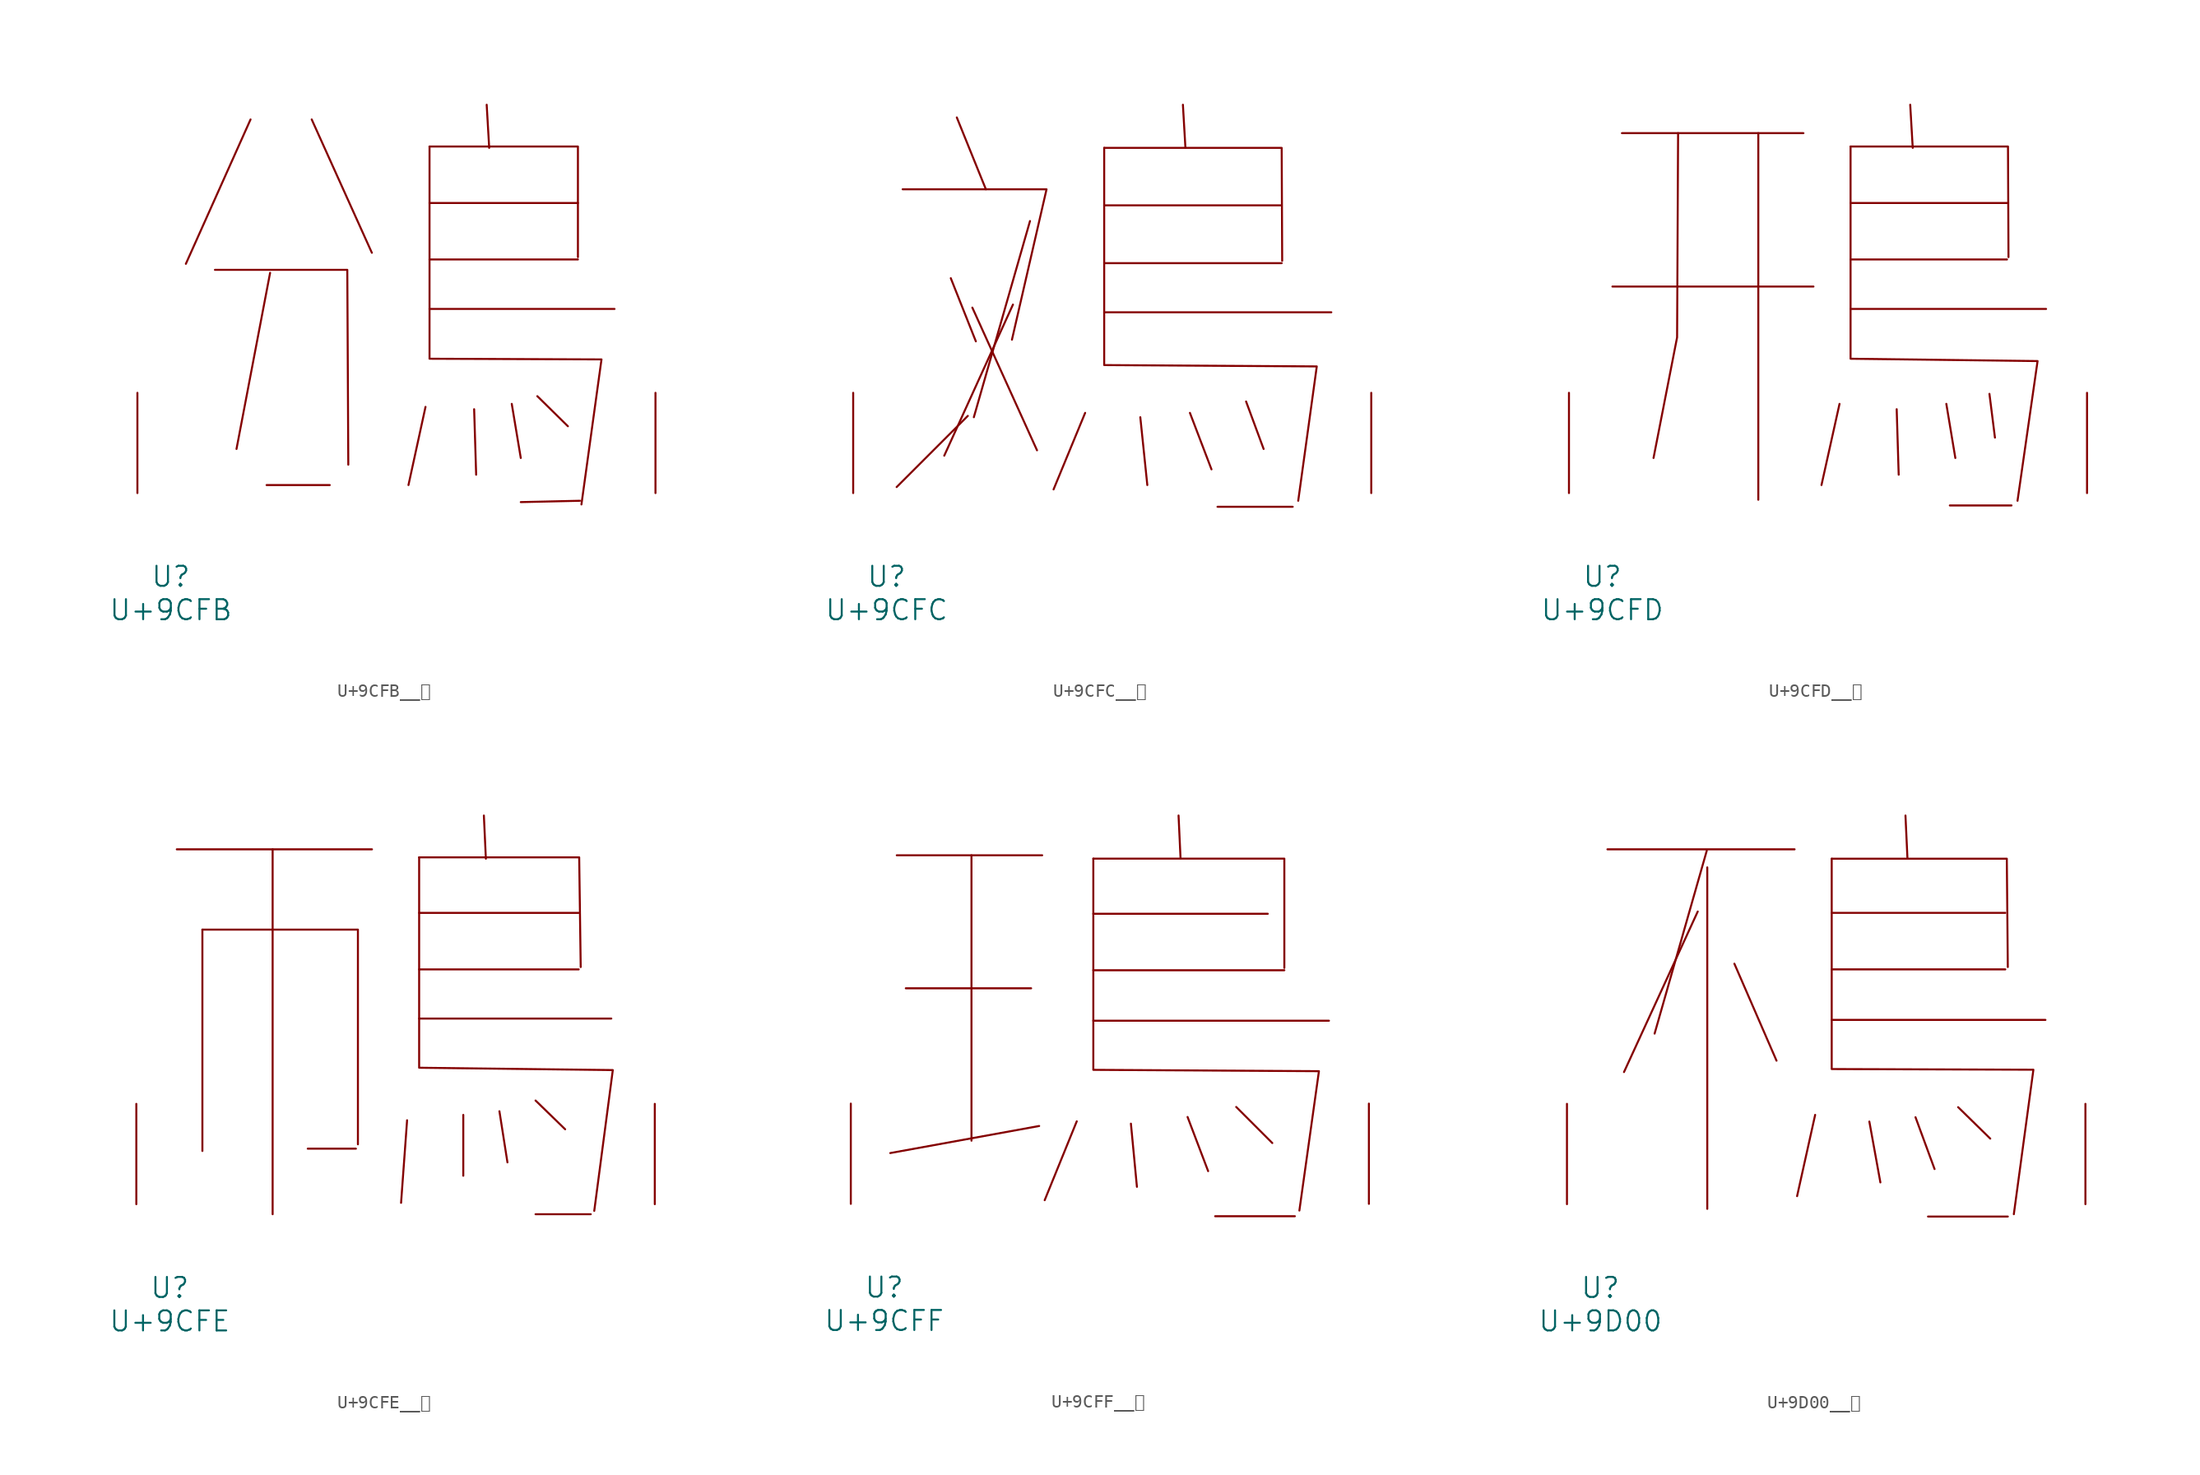
<source format=kicad_sym>
(kicad_symbol_lib
  (version 20231120)
  (generator "kicad_symbol_editor")
  (generator_version "8.0")
  (symbol "U+9CFB__鳻"
    (pin_names
      (offset 1.016))
    (property "Reference" "U"
      (at 0 -6.35 0)
      (effects (font (size 1.524 1.524))))
    (property "Value" "U+9CFB"
      (at 0 -8.89 0)
      (effects (font (size 1.524 1.524))))
    (symbol "U+9CFB__鳻_0_1"
      (polyline (pts (xy 6.058 28.397) (xy 1.143 17.424)) (stroke (width 0) (type solid)) (fill (type none)))
      (polyline (pts (xy 7.277 0.61) (xy 12.078 0.61)) (stroke (width 0) (type solid)) (fill (type none)))
      (polyline (pts (xy 7.544 16.739) (xy 4.991 3.353)) (stroke (width 0) (type solid)) (fill (type none)))
      (polyline (pts (xy 10.706 28.397) (xy 15.278 18.263)) (stroke (width 0) (type solid)) (fill (type none)))
      (polyline (pts (xy 19.355 6.553) (xy 18.059 0.61)) (stroke (width 0) (type solid)) (fill (type none)))
      (polyline (pts (xy 19.66 13.995) (xy 33.718 13.995)) (stroke (width 0) (type solid)) (fill (type none)))
      (polyline (pts (xy 19.66 17.755) (xy 30.937 17.755)) (stroke (width 0) (type solid)) (fill (type none)))
      (polyline (pts (xy 19.66 22.047) (xy 30.937 22.047)) (stroke (width 0) (type solid)) (fill (type none)))
      (polyline (pts (xy 23.05 6.375) (xy 23.203 1.397)) (stroke (width 0) (type solid)) (fill (type none)))
      (polyline (pts (xy 24.003 29.515) (xy 24.194 26.238)) (stroke (width 0) (type solid)) (fill (type none)))
      (polyline (pts (xy 25.908 6.782) (xy 26.594 2.667)) (stroke (width 0) (type solid)) (fill (type none)))
      (polyline (pts (xy 27.851 7.366) (xy 30.175 5.08)) (stroke (width 0) (type solid)) (fill (type none)))
      (polyline (pts (xy 31.09 -0.584) (xy 26.594 -0.686)) (stroke (width 0) (type solid)) (fill (type none)))
      (polyline (pts (xy 3.353 16.967) (xy 13.411 16.967) (xy 13.487 2.159)) (stroke (width 0) (type solid)) (fill (type none)))
      (polyline (pts (xy 19.66 26.34) (xy 30.937 26.34) (xy 30.937 17.932)) (stroke (width 0) (type solid)) (fill (type none)))
      (polyline (pts (xy 19.66 26.34) (xy 19.66 10.211) (xy 32.728 10.16) (xy 31.204 -0.864)) (stroke (width 0) (type solid)) (fill (type none)))
      (pin input line (at -2.54 0 90) (length 7.62) (name "~" (effects (font (size 1.27 1.27)))) (number "~" (effects (font (size 1.27 1.27)))))
      (pin input line (at 36.83 0 90) (length 7.62) (name "~" (effects (font (size 1.27 1.27)))) (number "~" (effects (font (size 1.27 1.27)))))))
  (symbol "U+9CFC__鳼"
    (pin_names
      (offset 1.016))
    (property "Reference" "U"
      (at 0 -6.35 0)
      (effects (font (size 1.524 1.524))))
    (property "Value" "U+9CFC"
      (at 0 -8.89 0)
      (effects (font (size 1.524 1.524))))
    (symbol "U+9CFC__鳼_0_1"
      (polyline (pts (xy 4.877 16.332) (xy 6.782 11.532)) (stroke (width 0) (type solid)) (fill (type none)))
      (polyline (pts (xy 5.334 28.55) (xy 7.544 23.089)) (stroke (width 0) (type solid)) (fill (type none)))
      (polyline (pts (xy 6.172 5.867) (xy 0.762 0.457)) (stroke (width 0) (type solid)) (fill (type none)))
      (polyline (pts (xy 6.515 14.097) (xy 11.43 3.251)) (stroke (width 0) (type solid)) (fill (type none)))
      (polyline (pts (xy 9.601 14.326) (xy 4.381 2.845)) (stroke (width 0) (type solid)) (fill (type none)))
      (polyline (pts (xy 10.897 20.676) (xy 6.629 5.766)) (stroke (width 0) (type solid)) (fill (type none)))
      (polyline (pts (xy 15.088 6.096) (xy 12.687 0.279)) (stroke (width 0) (type solid)) (fill (type none)))
      (polyline (pts (xy 16.535 13.741) (xy 33.795 13.741)) (stroke (width 0) (type solid)) (fill (type none)))
      (polyline (pts (xy 16.535 17.475) (xy 30.023 17.475)) (stroke (width 0) (type solid)) (fill (type none)))
      (polyline (pts (xy 16.535 21.869) (xy 30.023 21.869)) (stroke (width 0) (type solid)) (fill (type none)))
      (polyline (pts (xy 19.279 5.766) (xy 19.812 0.61)) (stroke (width 0) (type solid)) (fill (type none)))
      (polyline (pts (xy 22.517 29.515) (xy 22.708 26.238)) (stroke (width 0) (type solid)) (fill (type none)))
      (polyline (pts (xy 23.05 6.096) (xy 24.689 1.803)) (stroke (width 0) (type solid)) (fill (type none)))
      (polyline (pts (xy 25.146 -1.041) (xy 30.861 -1.041)) (stroke (width 0) (type solid)) (fill (type none)))
      (polyline (pts (xy 27.318 6.96) (xy 28.651 3.353)) (stroke (width 0) (type solid)) (fill (type none)))
      (polyline (pts (xy 1.219 23.089) (xy 12.154 23.089) (xy 9.525 11.659)) (stroke (width 0) (type solid)) (fill (type none)))
      (polyline (pts (xy 16.535 26.238) (xy 30.023 26.238) (xy 30.061 17.653)) (stroke (width 0) (type solid)) (fill (type none)))
      (polyline (pts (xy 16.535 26.238) (xy 16.535 9.728) (xy 32.69 9.627) (xy 31.28 -0.584)) (stroke (width 0) (type solid)) (fill (type none)))
      (pin input line (at -2.54 0 90) (length 7.62) (name "~" (effects (font (size 1.27 1.27)))) (number "~" (effects (font (size 1.27 1.27)))))
      (pin input line (at 36.83 0 90) (length 7.62) (name "~" (effects (font (size 1.27 1.27)))) (number "~" (effects (font (size 1.27 1.27)))))))
  (symbol "U+9CFD__鳽"
    (pin_names
      (offset 1.016))
    (property "Reference" "U"
      (at 0 -6.35 0)
      (effects (font (size 1.524 1.524))))
    (property "Value" "U+9CFD"
      (at 0 -8.89 0)
      (effects (font (size 1.524 1.524))))
    (symbol "U+9CFD__鳽_0_1"
      (polyline (pts (xy 0.762 15.697) (xy 16.04 15.697)) (stroke (width 0) (type solid)) (fill (type none)))
      (polyline (pts (xy 1.486 27.356) (xy 15.278 27.356)) (stroke (width 0) (type solid)) (fill (type none)))
      (polyline (pts (xy 11.849 27.356) (xy 11.849 -0.508)) (stroke (width 0) (type solid)) (fill (type none)))
      (polyline (pts (xy 18.021 6.782) (xy 16.65 0.61)) (stroke (width 0) (type solid)) (fill (type none)))
      (polyline (pts (xy 18.86 13.995) (xy 33.718 13.995)) (stroke (width 0) (type solid)) (fill (type none)))
      (polyline (pts (xy 18.86 17.755) (xy 30.747 17.755)) (stroke (width 0) (type solid)) (fill (type none)))
      (polyline (pts (xy 18.86 22.047) (xy 30.747 22.047)) (stroke (width 0) (type solid)) (fill (type none)))
      (polyline (pts (xy 22.365 6.375) (xy 22.517 1.397)) (stroke (width 0) (type solid)) (fill (type none)))
      (polyline (pts (xy 23.393 29.515) (xy 23.584 26.238)) (stroke (width 0) (type solid)) (fill (type none)))
      (polyline (pts (xy 26.137 6.782) (xy 26.822 2.667)) (stroke (width 0) (type solid)) (fill (type none)))
      (polyline (pts (xy 26.403 -0.94) (xy 31.09 -0.94)) (stroke (width 0) (type solid)) (fill (type none)))
      (polyline (pts (xy 29.413 7.544) (xy 29.832 4.216)) (stroke (width 0) (type solid)) (fill (type none)))
      (polyline (pts (xy 5.753 27.356) (xy 5.677 11.836) (xy 3.886 2.667)) (stroke (width 0) (type solid)) (fill (type none)))
      (polyline (pts (xy 18.86 26.34) (xy 30.823 26.34) (xy 30.861 17.932)) (stroke (width 0) (type solid)) (fill (type none)))
      (polyline (pts (xy 18.86 26.34) (xy 18.86 10.211) (xy 33.071 10.033) (xy 31.547 -0.584)) (stroke (width 0) (type solid)) (fill (type none)))
      (pin input line (at -2.54 0 90) (length 7.62) (name "~" (effects (font (size 1.27 1.27)))) (number "~" (effects (font (size 1.27 1.27)))))
      (pin input line (at 36.83 0 90) (length 7.62) (name "~" (effects (font (size 1.27 1.27)))) (number "~" (effects (font (size 1.27 1.27)))))))
  (symbol "U+9CFE__鳾"
    (pin_names
      (offset 1.016))
    (property "Reference" "U"
      (at 0 -6.35 0)
      (effects (font (size 1.524 1.524))))
    (property "Value" "U+9CFE"
      (at 0 -8.89 0)
      (effects (font (size 1.524 1.524))))
    (symbol "U+9CFE__鳾_0_1"
      (polyline (pts (xy 0.533 26.949) (xy 15.354 26.949)) (stroke (width 0) (type solid)) (fill (type none)))
      (polyline (pts (xy 2.477 20.853) (xy 2.477 4.039)) (stroke (width 0) (type solid)) (fill (type none)))
      (polyline (pts (xy 7.811 26.949) (xy 7.811 -0.762)) (stroke (width 0) (type solid)) (fill (type none)))
      (polyline (pts (xy 10.477 4.216) (xy 14.135 4.216)) (stroke (width 0) (type solid)) (fill (type none)))
      (polyline (pts (xy 18.021 6.375) (xy 17.564 0.102)) (stroke (width 0) (type solid)) (fill (type none)))
      (polyline (pts (xy 18.936 14.097) (xy 33.528 14.097)) (stroke (width 0) (type solid)) (fill (type none)))
      (polyline (pts (xy 18.936 17.831) (xy 31.052 17.831)) (stroke (width 0) (type solid)) (fill (type none)))
      (polyline (pts (xy 18.936 22.123) (xy 31.052 22.123)) (stroke (width 0) (type solid)) (fill (type none)))
      (polyline (pts (xy 22.288 6.782) (xy 22.288 2.159)) (stroke (width 0) (type solid)) (fill (type none)))
      (polyline (pts (xy 23.851 29.515) (xy 24.003 26.238)) (stroke (width 0) (type solid)) (fill (type none)))
      (polyline (pts (xy 25.032 7.061) (xy 25.641 3.175)) (stroke (width 0) (type solid)) (fill (type none)))
      (polyline (pts (xy 27.775 -0.762) (xy 31.966 -0.762)) (stroke (width 0) (type solid)) (fill (type none)))
      (polyline (pts (xy 27.775 7.874) (xy 30.023 5.69)) (stroke (width 0) (type solid)) (fill (type none)))
      (polyline (pts (xy 2.477 20.853) (xy 14.287 20.853) (xy 14.287 4.547)) (stroke (width 0) (type solid)) (fill (type none)))
      (polyline (pts (xy 18.936 26.34) (xy 31.09 26.34) (xy 31.204 18.009)) (stroke (width 0) (type solid)) (fill (type none)))
      (polyline (pts (xy 18.936 26.34) (xy 18.936 10.363) (xy 33.642 10.185) (xy 32.233 -0.508)) (stroke (width 0) (type solid)) (fill (type none)))
      (pin input line (at -2.54 0 90) (length 7.62) (name "~" (effects (font (size 1.27 1.27)))) (number "~" (effects (font (size 1.27 1.27)))))
      (pin input line (at 36.83 0 90) (length 7.62) (name "~" (effects (font (size 1.27 1.27)))) (number "~" (effects (font (size 1.27 1.27)))))))
  (symbol "U+9CFF__鳿"
    (pin_names
      (offset 1.016))
    (property "Reference" "U"
      (at 0 -6.35 0)
      (effects (font (size 1.524 1.524))))
    (property "Value" "U+9CFF"
      (at 0 -8.89 0)
      (effects (font (size 1.524 1.524))))
    (symbol "U+9CFF__鳿_0_1"
      (polyline (pts (xy 0.953 26.492) (xy 12.002 26.492)) (stroke (width 0) (type solid)) (fill (type none)))
      (polyline (pts (xy 1.638 16.383) (xy 11.163 16.383)) (stroke (width 0) (type solid)) (fill (type none)))
      (polyline (pts (xy 6.629 26.492) (xy 6.629 4.801)) (stroke (width 0) (type solid)) (fill (type none)))
      (polyline (pts (xy 11.773 5.918) (xy 0.457 3.861)) (stroke (width 0) (type solid)) (fill (type none)))
      (polyline (pts (xy 14.63 6.274) (xy 12.192 0.279)) (stroke (width 0) (type solid)) (fill (type none)))
      (polyline (pts (xy 15.888 13.919) (xy 33.795 13.919)) (stroke (width 0) (type solid)) (fill (type none)))
      (polyline (pts (xy 15.888 17.755) (xy 30.404 17.755)) (stroke (width 0) (type solid)) (fill (type none)))
      (polyline (pts (xy 15.888 22.047) (xy 29.146 22.047)) (stroke (width 0) (type solid)) (fill (type none)))
      (polyline (pts (xy 18.745 6.096) (xy 19.202 1.295)) (stroke (width 0) (type solid)) (fill (type none)))
      (polyline (pts (xy 22.365 29.515) (xy 22.517 26.238)) (stroke (width 0) (type solid)) (fill (type none)))
      (polyline (pts (xy 23.05 6.604) (xy 24.613 2.489)) (stroke (width 0) (type solid)) (fill (type none)))
      (polyline (pts (xy 25.146 -0.94) (xy 31.204 -0.94)) (stroke (width 0) (type solid)) (fill (type none)))
      (polyline (pts (xy 26.746 7.366) (xy 29.489 4.623)) (stroke (width 0) (type solid)) (fill (type none)))
      (polyline (pts (xy 15.888 26.238) (xy 30.404 26.238) (xy 30.404 17.932)) (stroke (width 0) (type solid)) (fill (type none)))
      (polyline (pts (xy 15.888 26.238) (xy 15.888 10.185) (xy 33.033 10.084) (xy 31.547 -0.508)) (stroke (width 0) (type solid)) (fill (type none)))
      (pin input line (at -2.54 0 90) (length 7.62) (name "~" (effects (font (size 1.27 1.27)))) (number "~" (effects (font (size 1.27 1.27)))))
      (pin input line (at 36.83 0 90) (length 7.62) (name "~" (effects (font (size 1.27 1.27)))) (number "~" (effects (font (size 1.27 1.27)))))))
  (symbol "U+9D00__鴀"
    (pin_names
      (offset 1.016))
    (property "Reference" "U"
      (at 0 -6.35 0)
      (effects (font (size 1.524 1.524))))
    (property "Value" "U+9D00"
      (at 0 -8.89 0)
      (effects (font (size 1.524 1.524))))
    (symbol "U+9D00__鴀_0_1"
      (polyline (pts (xy 0.533 26.949) (xy 14.745 26.949)) (stroke (width 0) (type solid)) (fill (type none)))
      (polyline (pts (xy 7.391 22.225) (xy 1.791 10.033)) (stroke (width 0) (type solid)) (fill (type none)))
      (polyline (pts (xy 8.077 26.848) (xy 4.115 12.954)) (stroke (width 0) (type solid)) (fill (type none)))
      (polyline (pts (xy 8.115 25.578) (xy 8.115 -0.356)) (stroke (width 0) (type solid)) (fill (type none)))
      (polyline (pts (xy 10.173 18.263) (xy 13.373 10.897)) (stroke (width 0) (type solid)) (fill (type none)))
      (polyline (pts (xy 16.307 6.782) (xy 14.935 0.61)) (stroke (width 0) (type solid)) (fill (type none)))
      (polyline (pts (xy 17.564 13.995) (xy 33.795 13.995)) (stroke (width 0) (type solid)) (fill (type none)))
      (polyline (pts (xy 17.564 17.831) (xy 30.747 17.831)) (stroke (width 0) (type solid)) (fill (type none)))
      (polyline (pts (xy 17.564 22.123) (xy 30.747 22.123)) (stroke (width 0) (type solid)) (fill (type none)))
      (polyline (pts (xy 20.422 6.274) (xy 21.26 1.651)) (stroke (width 0) (type solid)) (fill (type none)))
      (polyline (pts (xy 23.165 29.515) (xy 23.317 26.238)) (stroke (width 0) (type solid)) (fill (type none)))
      (polyline (pts (xy 23.927 6.604) (xy 25.375 2.667)) (stroke (width 0) (type solid)) (fill (type none)))
      (polyline (pts (xy 24.879 -0.94) (xy 30.937 -0.94)) (stroke (width 0) (type solid)) (fill (type none)))
      (polyline (pts (xy 27.165 7.366) (xy 29.604 4.978)) (stroke (width 0) (type solid)) (fill (type none)))
      (polyline (pts (xy 17.564 26.238) (xy 30.861 26.238) (xy 30.937 18.009)) (stroke (width 0) (type solid)) (fill (type none)))
      (polyline (pts (xy 17.564 26.238) (xy 17.564 10.262) (xy 32.88 10.211) (xy 31.394 -0.762)) (stroke (width 0) (type solid)) (fill (type none)))
      (pin input line (at -2.54 0 90) (length 7.62) (name "~" (effects (font (size 1.27 1.27)))) (number "~" (effects (font (size 1.27 1.27)))))
      (pin input line (at 36.83 0 90) (length 7.62) (name "~" (effects (font (size 1.27 1.27)))) (number "~" (effects (font (size 1.27 1.27))))))))
</source>
